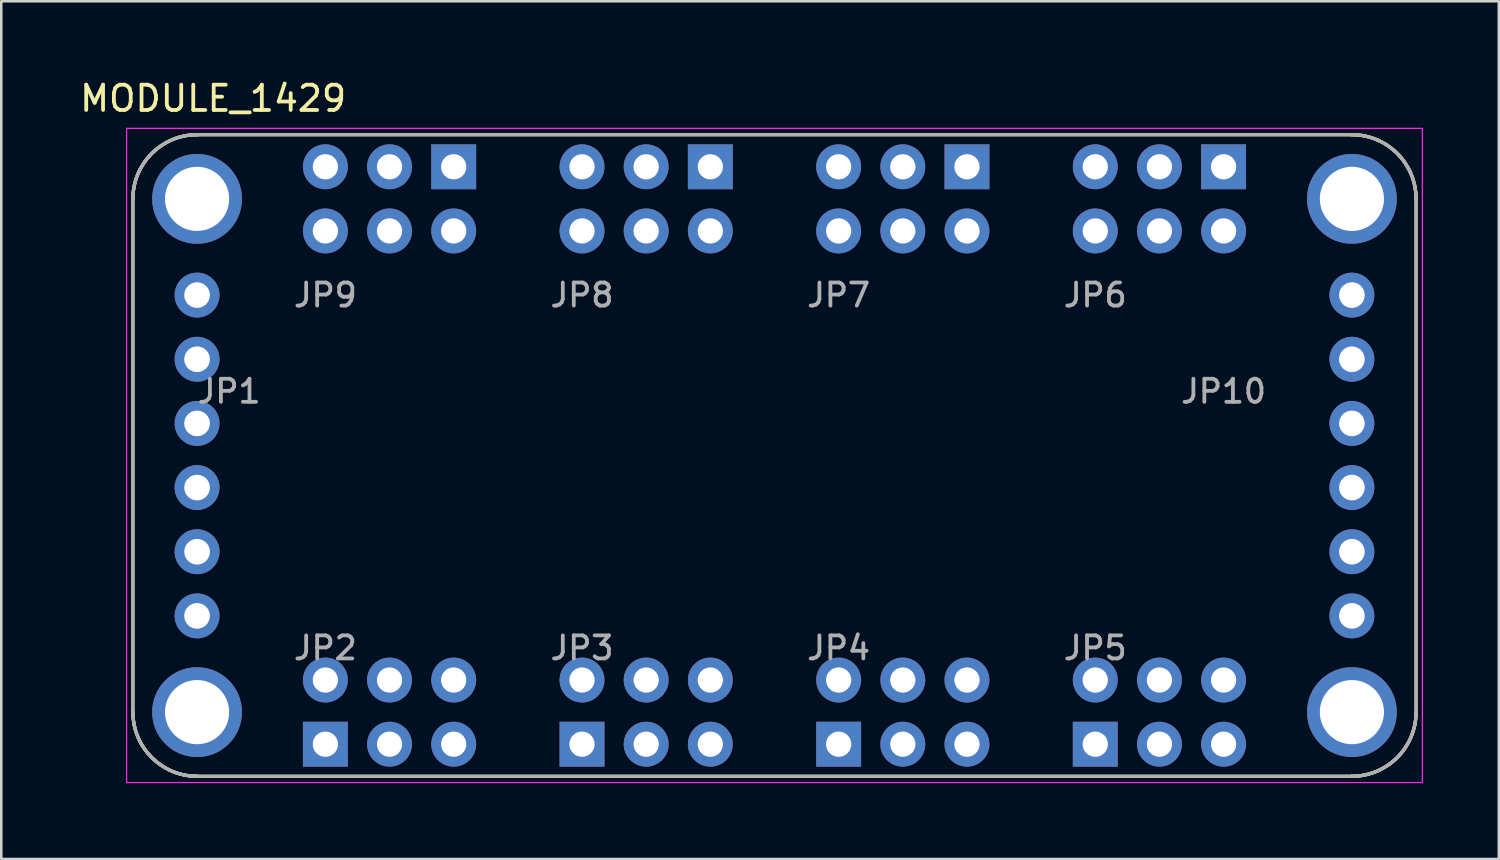
<source format=kicad_pcb>
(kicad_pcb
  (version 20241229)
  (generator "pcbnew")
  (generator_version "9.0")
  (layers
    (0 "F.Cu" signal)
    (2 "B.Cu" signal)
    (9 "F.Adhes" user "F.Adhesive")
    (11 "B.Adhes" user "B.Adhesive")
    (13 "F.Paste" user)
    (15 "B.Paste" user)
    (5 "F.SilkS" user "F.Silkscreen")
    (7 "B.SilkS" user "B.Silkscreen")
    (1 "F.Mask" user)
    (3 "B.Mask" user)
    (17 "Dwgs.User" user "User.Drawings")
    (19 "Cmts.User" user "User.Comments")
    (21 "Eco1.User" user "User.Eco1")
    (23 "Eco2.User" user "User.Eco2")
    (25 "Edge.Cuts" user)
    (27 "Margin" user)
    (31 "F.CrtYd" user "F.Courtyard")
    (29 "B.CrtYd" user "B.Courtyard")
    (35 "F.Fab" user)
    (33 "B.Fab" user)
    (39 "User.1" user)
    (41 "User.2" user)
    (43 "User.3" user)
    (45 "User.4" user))
  (footprint "MODULE_1429"
    (layer "F.Cu")
    (at 27.612 14.983)
    (property "Reference" "MODULE_1429" (at -22.225 -14.135 0) (layer "F.SilkS") (effects (font (size 1 1) (thickness 0.15))))
    (attr through_hole)
    (fp_line (start -25.4 -10.16) (end -25.4 10.16) (stroke (width 0.127) (type solid)) (layer "F.SilkS"))
    (fp_line (start -22.86 12.7) (end 22.86 12.7) (stroke (width 0.127) (type solid)) (layer "F.SilkS"))
    (fp_line (start 22.86 -12.7) (end -22.86 -12.7) (stroke (width 0.127) (type solid)) (layer "F.SilkS"))
    (fp_line (start 25.4 10.16) (end 25.4 -10.16) (stroke (width 0.127) (type solid)) (layer "F.SilkS"))
    (fp_arc (start -25.4 -10.16) (mid -24.656051 -11.956051) (end -22.86 -12.7) (stroke (width 0.127) (type solid)) (layer "F.SilkS"))
    (fp_arc (start -25.4 -10.16) (mid -24.656051 -11.956051) (end -22.86 -12.7) (stroke (width 0.127) (type solid)) (layer "F.SilkS"))
    (fp_arc (start -22.86 12.7) (mid -24.656051 11.956051) (end -25.4 10.16) (stroke (width 0.127) (type solid)) (layer "F.SilkS"))
    (fp_arc (start -22.86 12.7) (mid -24.656051 11.956051) (end -25.4 10.16) (stroke (width 0.127) (type solid)) (layer "F.SilkS"))
    (fp_arc (start 22.86 -12.7) (mid 24.656051 -11.956051) (end 25.4 -10.16) (stroke (width 0.127) (type solid)) (layer "F.SilkS"))
    (fp_arc (start 22.86 -12.7) (mid 24.656051 -11.956051) (end 25.4 -10.16) (stroke (width 0.127) (type solid)) (layer "F.SilkS"))
    (fp_arc (start 25.4 10.16) (mid 24.656051 11.956051) (end 22.86 12.7) (stroke (width 0.127) (type solid)) (layer "F.SilkS"))
    (fp_arc (start 25.4 10.16) (mid 24.656051 11.956051) (end 22.86 12.7) (stroke (width 0.127) (type solid)) (layer "F.SilkS"))
    (fp_line (start -25.65 -12.95) (end -25.65 12.95) (stroke (width 0.05) (type solid)) (layer "F.CrtYd"))
    (fp_line (start -25.65 12.95) (end 25.65 12.95) (stroke (width 0.05) (type solid)) (layer "F.CrtYd"))
    (fp_line (start 25.65 -12.95) (end -25.65 -12.95) (stroke (width 0.05) (type solid)) (layer "F.CrtYd"))
    (fp_line (start 25.65 12.95) (end 25.65 -12.95) (stroke (width 0.05) (type solid)) (layer "F.CrtYd"))
    (fp_line (start -25.4 -10.16) (end -25.4 10.16) (stroke (width 0.127) (type solid)) (layer "F.Fab"))
    (fp_line (start -22.86 12.7) (end 22.86 12.7) (stroke (width 0.127) (type solid)) (layer "F.Fab"))
    (fp_line (start 22.86 -12.7) (end -22.86 -12.7) (stroke (width 0.127) (type solid)) (layer "F.Fab"))
    (fp_line (start 25.4 10.16) (end 25.4 -10.16) (stroke (width 0.127) (type solid)) (layer "F.Fab"))
    (fp_arc (start -25.4 -10.16) (mid -24.656051 -11.956051) (end -22.86 -12.7) (stroke (width 0.127) (type solid)) (layer "F.Fab"))
    (fp_arc (start -25.4 -10.16) (mid -24.656051 -11.956051) (end -22.86 -12.7) (stroke (width 0.127) (type solid)) (layer "F.Fab"))
    (fp_arc (start -22.86 12.7) (mid -24.656051 11.956051) (end -25.4 10.16) (stroke (width 0.127) (type solid)) (layer "F.Fab"))
    (fp_arc (start -22.86 12.7) (mid -24.656051 11.956051) (end -25.4 10.16) (stroke (width 0.127) (type solid)) (layer "F.Fab"))
    (fp_arc (start 22.86 -12.7) (mid 24.656051 -11.956051) (end 25.4 -10.16) (stroke (width 0.127) (type solid)) (layer "F.Fab"))
    (fp_arc (start 22.86 -12.7) (mid 24.656051 -11.956051) (end 25.4 -10.16) (stroke (width 0.127) (type solid)) (layer "F.Fab"))
    (fp_arc (start 25.4 10.16) (mid 24.656051 11.956051) (end 22.86 12.7) (stroke (width 0.127) (type solid)) (layer "F.Fab"))
    (fp_arc (start 25.4 10.16) (mid 24.656051 11.956051) (end 22.86 12.7) (stroke (width 0.127) (type solid)) (layer "F.Fab"))
    (fp_text user "JP1" (at -21.59 -2.54 0) (layer "F.Fab") (effects (font (size 0.913 0.913) (thickness 0.15))))
    (fp_text user "JP4" (at 2.54 7.62 0) (layer "F.Fab") (effects (font (size 0.913 0.913) (thickness 0.15))))
    (fp_text user "JP3" (at -7.62 7.62 0) (layer "F.Fab") (effects (font (size 0.913 0.913) (thickness 0.15))))
    (fp_text user "JP7" (at 2.54 -6.35 0) (layer "F.Fab") (effects (font (size 0.913 0.913) (thickness 0.15))))
    (fp_text user "JP5" (at 12.7 7.62 0) (layer "F.Fab") (effects (font (size 0.913 0.913) (thickness 0.15))))
    (fp_text user "JP6" (at 12.7 -6.35 0) (layer "F.Fab") (effects (font (size 0.913 0.913) (thickness 0.15))))
    (fp_text user "JP8" (at -7.62 -6.35 0) (layer "F.Fab") (effects (font (size 0.913 0.913) (thickness 0.15))))
    (fp_text user "JP9" (at -17.78 -6.35 0) (layer "F.Fab") (effects (font (size 0.913 0.913) (thickness 0.15))))
    (fp_text user "JP2" (at -17.78 7.62 0) (layer "F.Fab") (effects (font (size 0.913 0.913) (thickness 0.15))))
    (fp_text user "JP10" (at 17.78 -2.54 0) (layer "F.Fab") (effects (font (size 0.913 0.913) (thickness 0.15))))
    (pad "JP1_1" thru_hole circle (at -22.86 -6.35) (size 1.778 1.778) (drill 1.016) (layers "*.Cu" "*.Mask"))
    (pad "JP1_2" thru_hole circle (at -22.86 -3.81) (size 1.778 1.778) (drill 1.016) (layers "*.Cu" "*.Mask"))
    (pad "JP1_3" thru_hole circle (at -22.86 -1.27) (size 1.778 1.778) (drill 1.016) (layers "*.Cu" "*.Mask"))
    (pad "JP1_4" thru_hole circle (at -22.86 1.27) (size 1.778 1.778) (drill 1.016) (layers "*.Cu" "*.Mask"))
    (pad "JP1_5" thru_hole circle (at -22.86 3.81) (size 1.778 1.778) (drill 1.016) (layers "*.Cu" "*.Mask"))
    (pad "JP1_6" thru_hole circle (at -22.86 6.35) (size 1.778 1.778) (drill 1.016) (layers "*.Cu" "*.Mask"))
    (pad "JP2_1" thru_hole rect (at -17.78 11.43) (size 1.778 1.778) (drill 1) (layers "*.Cu" "*.Mask"))
    (pad "JP2_2" thru_hole circle (at -17.78 8.89) (size 1.778 1.778) (drill 1) (layers "*.Cu" "*.Mask"))
    (pad "JP2_3" thru_hole circle (at -15.24 11.43) (size 1.778 1.778) (drill 1) (layers "*.Cu" "*.Mask"))
    (pad "JP2_4" thru_hole circle (at -15.24 8.89) (size 1.778 1.778) (drill 1) (layers "*.Cu" "*.Mask"))
    (pad "JP2_5" thru_hole circle (at -12.7 11.43) (size 1.778 1.778) (drill 1) (layers "*.Cu" "*.Mask"))
    (pad "JP2_6" thru_hole circle (at -12.7 8.89) (size 1.778 1.778) (drill 1) (layers "*.Cu" "*.Mask"))
    (pad "JP3_1" thru_hole rect (at -7.62 11.43) (size 1.778 1.778) (drill 1) (layers "*.Cu" "*.Mask"))
    (pad "JP3_2" thru_hole circle (at -7.62 8.89) (size 1.778 1.778) (drill 1) (layers "*.Cu" "*.Mask"))
    (pad "JP3_3" thru_hole circle (at -5.08 11.43) (size 1.778 1.778) (drill 1) (layers "*.Cu" "*.Mask"))
    (pad "JP3_4" thru_hole circle (at -5.08 8.89) (size 1.778 1.778) (drill 1) (layers "*.Cu" "*.Mask"))
    (pad "JP3_5" thru_hole circle (at -2.54 11.43) (size 1.778 1.778) (drill 1) (layers "*.Cu" "*.Mask"))
    (pad "JP3_6" thru_hole circle (at -2.54 8.89) (size 1.778 1.778) (drill 1) (layers "*.Cu" "*.Mask"))
    (pad "JP4_1" thru_hole rect (at 2.54 11.43) (size 1.778 1.778) (drill 1) (layers "*.Cu" "*.Mask"))
    (pad "JP4_2" thru_hole circle (at 2.54 8.89) (size 1.778 1.778) (drill 1) (layers "*.Cu" "*.Mask"))
    (pad "JP4_3" thru_hole circle (at 5.08 11.43) (size 1.778 1.778) (drill 1) (layers "*.Cu" "*.Mask"))
    (pad "JP4_4" thru_hole circle (at 5.08 8.89) (size 1.778 1.778) (drill 1) (layers "*.Cu" "*.Mask"))
    (pad "JP4_5" thru_hole circle (at 7.62 11.43) (size 1.778 1.778) (drill 1) (layers "*.Cu" "*.Mask"))
    (pad "JP4_6" thru_hole circle (at 7.62 8.89) (size 1.778 1.778) (drill 1) (layers "*.Cu" "*.Mask"))
    (pad "JP5_1" thru_hole rect (at 12.7 11.43) (size 1.778 1.778) (drill 1) (layers "*.Cu" "*.Mask"))
    (pad "JP5_2" thru_hole circle (at 12.7 8.89) (size 1.778 1.778) (drill 1) (layers "*.Cu" "*.Mask"))
    (pad "JP5_3" thru_hole circle (at 15.24 11.43) (size 1.778 1.778) (drill 1) (layers "*.Cu" "*.Mask"))
    (pad "JP5_4" thru_hole circle (at 15.24 8.89) (size 1.778 1.778) (drill 1) (layers "*.Cu" "*.Mask"))
    (pad "JP5_5" thru_hole circle (at 17.78 11.43) (size 1.778 1.778) (drill 1) (layers "*.Cu" "*.Mask"))
    (pad "JP5_6" thru_hole circle (at 17.78 8.89) (size 1.778 1.778) (drill 1) (layers "*.Cu" "*.Mask"))
    (pad "JP6_1" thru_hole rect (at 17.78 -11.43) (size 1.778 1.778) (drill 1) (layers "*.Cu" "*.Mask"))
    (pad "JP6_2" thru_hole circle (at 17.78 -8.89) (size 1.778 1.778) (drill 1) (layers "*.Cu" "*.Mask"))
    (pad "JP6_3" thru_hole circle (at 15.24 -11.43) (size 1.778 1.778) (drill 1) (layers "*.Cu" "*.Mask"))
    (pad "JP6_4" thru_hole circle (at 15.24 -8.89) (size 1.778 1.778) (drill 1) (layers "*.Cu" "*.Mask"))
    (pad "JP6_5" thru_hole circle (at 12.7 -11.43) (size 1.778 1.778) (drill 1) (layers "*.Cu" "*.Mask"))
    (pad "JP6_6" thru_hole circle (at 12.7 -8.89) (size 1.778 1.778) (drill 1) (layers "*.Cu" "*.Mask"))
    (pad "JP7_1" thru_hole rect (at 7.62 -11.43) (size 1.778 1.778) (drill 1) (layers "*.Cu" "*.Mask"))
    (pad "JP7_2" thru_hole circle (at 7.62 -8.89) (size 1.778 1.778) (drill 1) (layers "*.Cu" "*.Mask"))
    (pad "JP7_3" thru_hole circle (at 5.08 -11.43) (size 1.778 1.778) (drill 1) (layers "*.Cu" "*.Mask"))
    (pad "JP7_4" thru_hole circle (at 5.08 -8.89) (size 1.778 1.778) (drill 1) (layers "*.Cu" "*.Mask"))
    (pad "JP7_5" thru_hole circle (at 2.54 -11.43) (size 1.778 1.778) (drill 1) (layers "*.Cu" "*.Mask"))
    (pad "JP7_6" thru_hole circle (at 2.54 -8.89) (size 1.778 1.778) (drill 1) (layers "*.Cu" "*.Mask"))
    (pad "JP8_1" thru_hole rect (at -2.54 -11.43) (size 1.778 1.778) (drill 1) (layers "*.Cu" "*.Mask"))
    (pad "JP8_2" thru_hole circle (at -2.54 -8.89) (size 1.778 1.778) (drill 1) (layers "*.Cu" "*.Mask"))
    (pad "JP8_3" thru_hole circle (at -5.08 -11.43) (size 1.778 1.778) (drill 1) (layers "*.Cu" "*.Mask"))
    (pad "JP8_4" thru_hole circle (at -5.08 -8.89) (size 1.778 1.778) (drill 1) (layers "*.Cu" "*.Mask"))
    (pad "JP8_5" thru_hole circle (at -7.62 -11.43) (size 1.778 1.778) (drill 1) (layers "*.Cu" "*.Mask"))
    (pad "JP8_6" thru_hole circle (at -7.62 -8.89) (size 1.778 1.778) (drill 1) (layers "*.Cu" "*.Mask"))
    (pad "JP9_1" thru_hole rect (at -12.7 -11.43) (size 1.778 1.778) (drill 1) (layers "*.Cu" "*.Mask"))
    (pad "JP9_2" thru_hole circle (at -12.7 -8.89) (size 1.778 1.778) (drill 1) (layers "*.Cu" "*.Mask"))
    (pad "JP9_3" thru_hole circle (at -15.24 -11.43) (size 1.778 1.778) (drill 1) (layers "*.Cu" "*.Mask"))
    (pad "JP9_4" thru_hole circle (at -15.24 -8.89) (size 1.778 1.778) (drill 1) (layers "*.Cu" "*.Mask"))
    (pad "JP9_5" thru_hole circle (at -17.78 -11.43) (size 1.778 1.778) (drill 1) (layers "*.Cu" "*.Mask"))
    (pad "JP9_6" thru_hole circle (at -17.78 -8.89) (size 1.778 1.778) (drill 1) (layers "*.Cu" "*.Mask"))
    (pad "JP10_1" thru_hole circle (at 22.86 -6.35) (size 1.778 1.778) (drill 1.016) (layers "*.Cu" "*.Mask"))
    (pad "JP10_2" thru_hole circle (at 22.86 -3.81) (size 1.778 1.778) (drill 1.016) (layers "*.Cu" "*.Mask"))
    (pad "JP10_3" thru_hole circle (at 22.86 -1.27) (size 1.778 1.778) (drill 1.016) (layers "*.Cu" "*.Mask"))
    (pad "JP10_4" thru_hole circle (at 22.86 1.27) (size 1.778 1.778) (drill 1.016) (layers "*.Cu" "*.Mask"))
    (pad "JP10_5" thru_hole circle (at 22.86 3.81) (size 1.778 1.778) (drill 1.016) (layers "*.Cu" "*.Mask"))
    (pad "JP10_6" thru_hole circle (at 22.86 6.35) (size 1.778 1.778) (drill 1.016) (layers "*.Cu" "*.Mask"))
    (pad "S1" thru_hole circle (at -22.86 -10.16) (size 3.556 3.556) (drill 2.54) (layers "*.Cu" "*.Mask"))
    (pad "S2" thru_hole circle (at 22.86 -10.16) (size 3.556 3.556) (drill 2.54) (layers "*.Cu" "*.Mask"))
    (pad "S3" thru_hole circle (at -22.86 10.16) (size 3.556 3.556) (drill 2.54) (layers "*.Cu" "*.Mask"))
    (pad "S4" thru_hole circle (at 22.86 10.16) (size 3.556 3.556) (drill 2.54) (layers "*.Cu" "*.Mask")))
  (gr_rect
    (start -3 -3)
    (end 56.287 30.958)
    (stroke (width 0.1) (type default))
    (fill no)
    (layer "Edge.Cuts")))
</source>
